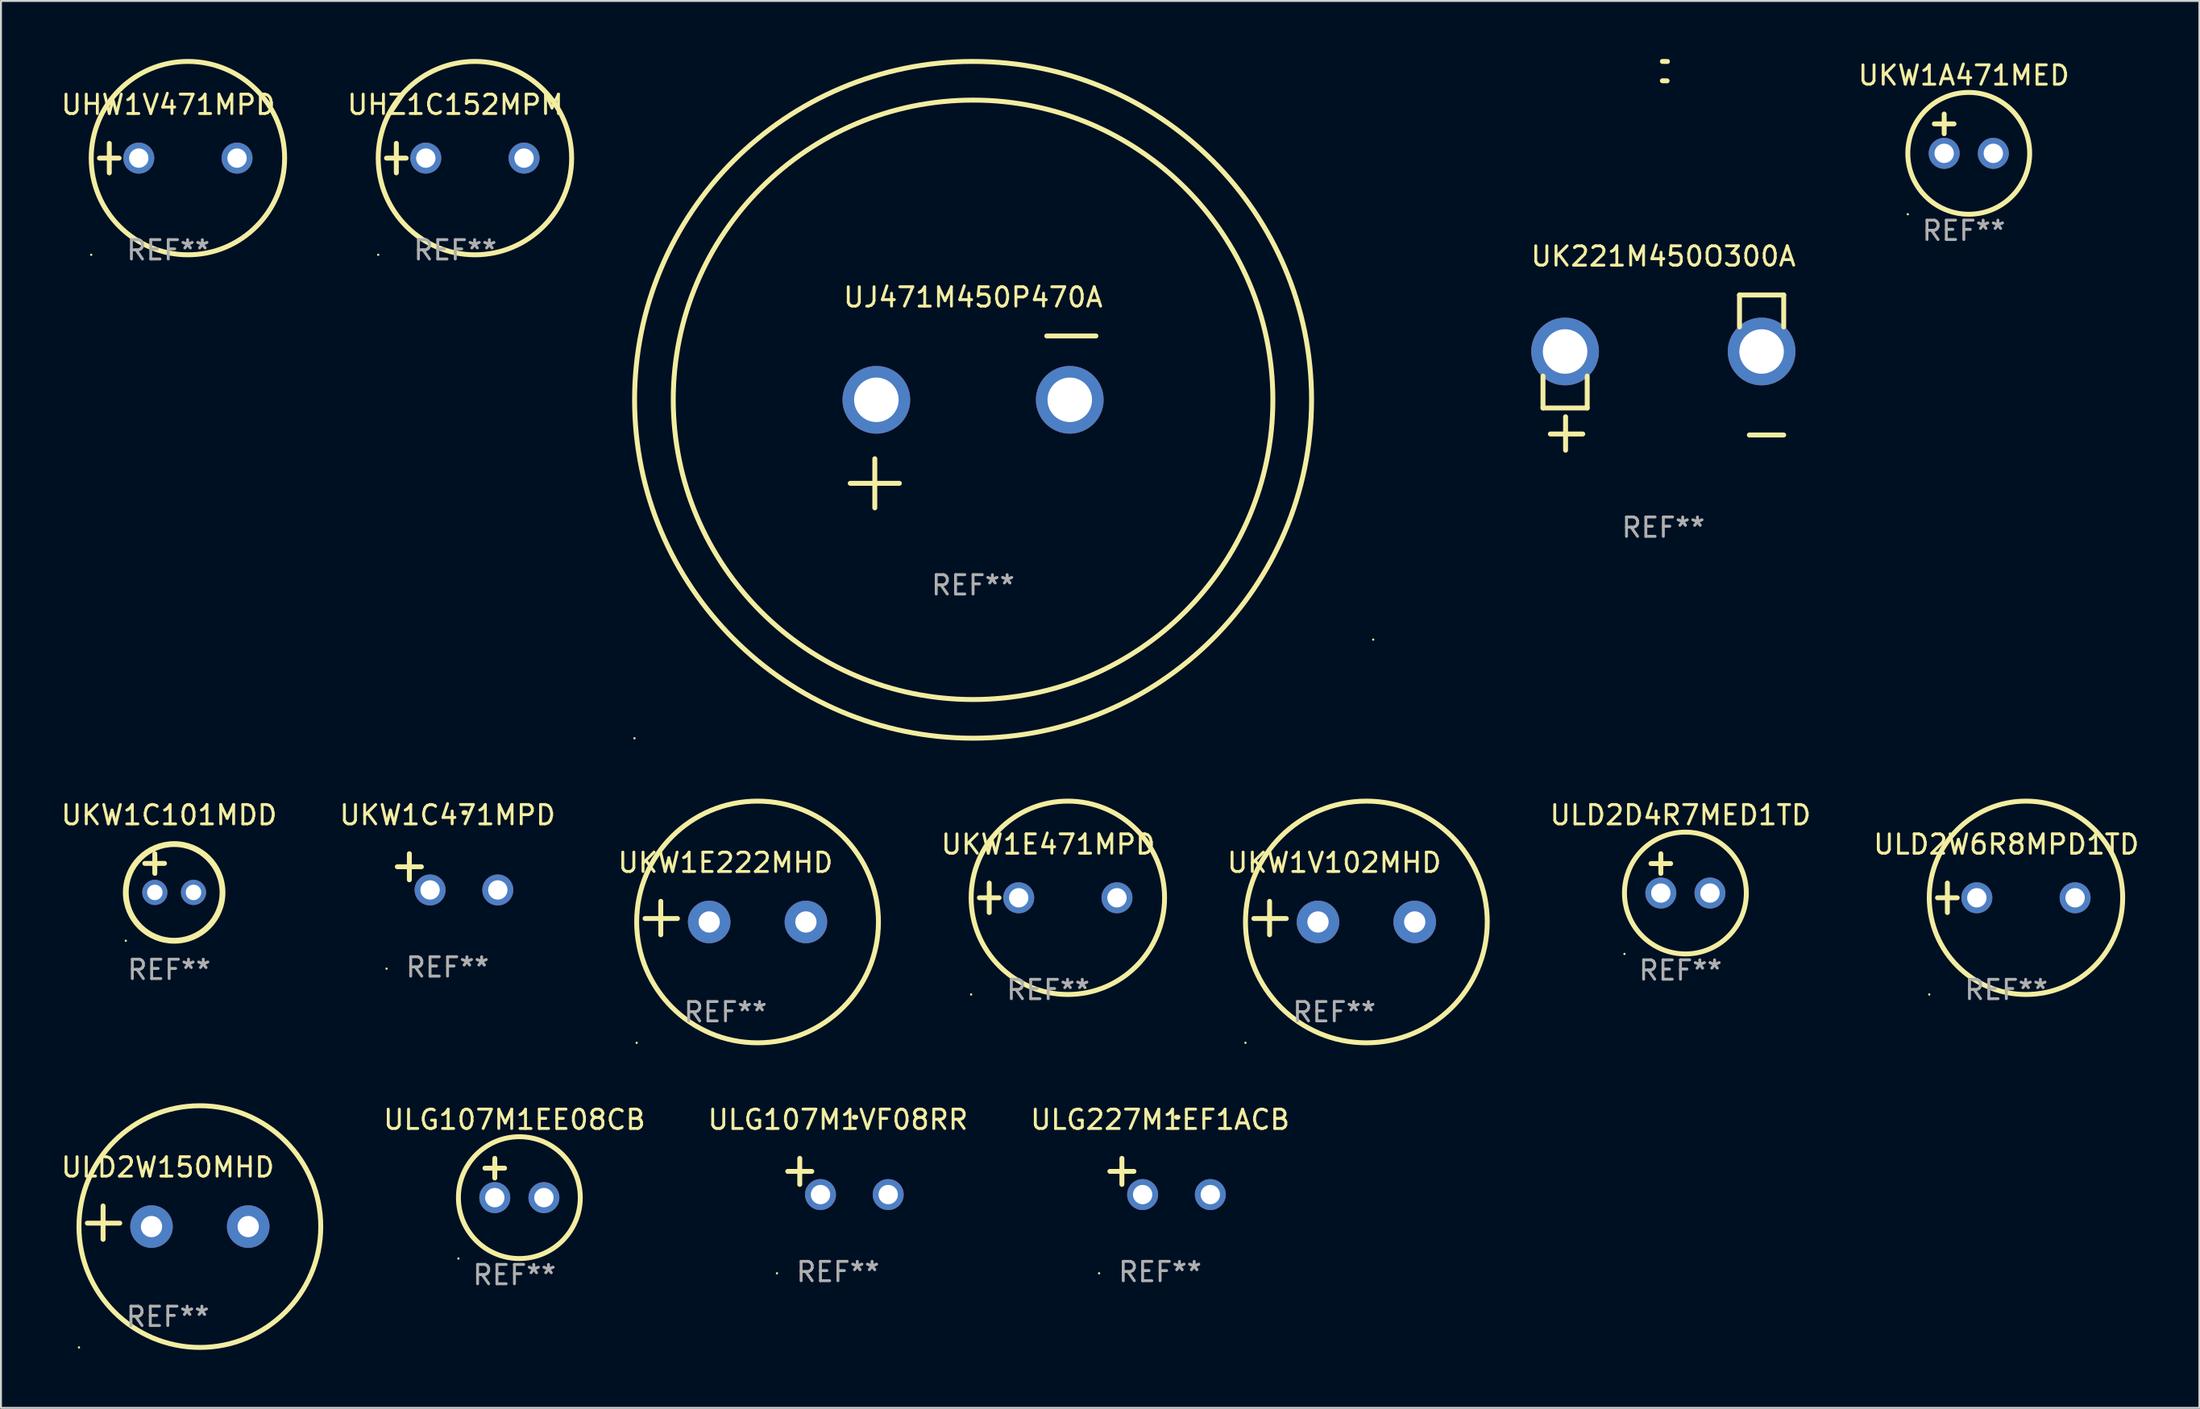
<source format=kicad_pcb>
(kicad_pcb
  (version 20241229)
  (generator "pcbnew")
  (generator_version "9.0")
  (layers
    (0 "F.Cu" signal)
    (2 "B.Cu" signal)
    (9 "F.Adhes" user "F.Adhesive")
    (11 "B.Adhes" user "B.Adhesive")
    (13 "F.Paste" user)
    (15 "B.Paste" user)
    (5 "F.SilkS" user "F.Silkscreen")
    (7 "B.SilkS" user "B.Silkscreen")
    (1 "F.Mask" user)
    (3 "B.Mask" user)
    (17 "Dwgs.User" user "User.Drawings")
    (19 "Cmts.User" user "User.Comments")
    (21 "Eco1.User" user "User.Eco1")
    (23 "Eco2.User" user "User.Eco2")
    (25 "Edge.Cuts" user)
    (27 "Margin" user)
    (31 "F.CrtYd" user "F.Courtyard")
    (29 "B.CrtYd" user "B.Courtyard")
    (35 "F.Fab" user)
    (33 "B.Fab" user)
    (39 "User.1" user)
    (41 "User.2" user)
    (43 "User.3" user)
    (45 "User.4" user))
  (footprint "UJ471M450P470A"
    (layer "F.Cu")
    (at 47.258 18.77)
    (property "Reference" "UJ471M450P470A" (at 0 -6.445 0) (layer "F.SilkS") (effects (font (size 1 1) (thickness 0.15))))
    (attr through_hole)
    (fp_line (start -6.35 3.175) (end -3.81 3.175) (stroke (width 0.254) (type solid)) (layer "F.SilkS"))
    (fp_line (start -5.08 1.905) (end -5.08 4.445) (stroke (width 0.254) (type solid)) (layer "F.SilkS"))
    (fp_line (start 3.81 -4.445) (end 6.35 -4.445) (stroke (width 0.254) (type solid)) (layer "F.SilkS"))
    (fp_circle (center -17.505 16.362) (end -17.475 16.362) (stroke (width 0.06) (type solid)) (fill no) (layer "F.SilkS"))
    (fp_circle (center 0 -1.143) (end 15.5 -1.143) (stroke (width 0.254) (type solid)) (fill no) (layer "F.SilkS"))
    (fp_circle (center 0 -1.143) (end 17.5 -1.143) (stroke (width 0.254) (type solid)) (fill no) (layer "F.SilkS"))
    (fp_text user "REF**" (at 0 8.445 0) (layer "F.Fab") (effects (font (size 1 1) (thickness 0.15))))
    (pad "1" thru_hole circle (at -5 -1.143) (size 3.5 3.5) (drill 2.3) (layers "*.Cu" "*.Mask"))
    (pad "2" thru_hole circle (at 5 -1.143) (size 3.5 3.5) (drill 2.3) (layers "*.Cu" "*.Mask")))
  (footprint "UKW1C471MPD"
    (layer "F.Cu")
    (at 20.089 42.039)
    (property "Reference" "UKW1C471MPD" (at 0 -2.937 0) (layer "F.SilkS") (effects (font (size 1 1) (thickness 0.15))))
    (attr through_hole)
    (fp_line (start -1.975 0.41) (end -1.975 -0.937) (stroke (width 0.254) (type solid)) (layer "F.SilkS"))
    (fp_line (start -1.353 -0.263) (end -2.597 -0.263) (stroke (width 0.254) (type solid)) (layer "F.SilkS"))
    (fp_arc (start 0.849809 -3.063957) (mid 0.885369 -3.064114) (end 0.920929 -3.063957) (stroke (width 0.254001) (type solid)) (layer "F.SilkS"))
    (fp_circle (center -3.154 5.008) (end -3.124 5.008) (stroke (width 0.06) (type solid)) (fill no) (layer "F.SilkS"))
    (fp_text user "REF**" (at 0 4.937 0) (layer "F.Fab") (effects (font (size 1 1) (thickness 0.15))))
    (pad "1" thru_hole circle (at -0.903 0.937) (size 1.6 1.6) (drill 1) (layers "*.Cu" "*.Mask"))
    (pad "2" thru_hole circle (at 2.597 0.937) (size 1.6 1.6) (drill 1) (layers "*.Cu" "*.Mask")))
  (footprint "UKW1A471MED"
    (layer "F.Cu")
    (at 98.481 3.864)
    (property "Reference" "UKW1A471MED" (at 0 -3.016 0) (layer "F.SilkS") (effects (font (size 1 1) (thickness 0.15))))
    (attr through_hole)
    (fp_line (start -1.524 -0.508) (end -0.508 -0.508) (stroke (width 0.254) (type solid)) (layer "F.SilkS"))
    (fp_line (start -1.016 -1.016) (end -1.016 0) (stroke (width 0.254) (type solid)) (layer "F.SilkS"))
    (fp_circle (center -2.896 4.166) (end -2.866 4.166) (stroke (width 0.06) (type solid)) (fill no) (layer "F.SilkS"))
    (fp_circle (center 0.254 1.016) (end 3.404 1.016) (stroke (width 0.254) (type solid)) (fill no) (layer "F.SilkS"))
    (fp_text user "REF**" (at 0 5.016 0) (layer "F.Fab") (effects (font (size 1 1) (thickness 0.15))))
    (pad "1" thru_hole circle (at -1.016 1.016) (size 1.6 1.6) (drill 1) (layers "*.Cu" "*.Mask"))
    (pad "2" thru_hole circle (at 1.524 1.016) (size 1.6 1.6) (drill 1) (layers "*.Cu" "*.Mask")))
  (footprint "ULG227M1EF1ACB"
    (layer "F.Cu")
    (at 56.928 57.793)
    (property "Reference" "ULG227M1EF1ACB" (at 0 -2.937 0) (layer "F.SilkS") (effects (font (size 1 1) (thickness 0.15))))
    (attr through_hole)
    (fp_line (start -1.975 0.41) (end -1.975 -0.937) (stroke (width 0.254) (type solid)) (layer "F.SilkS"))
    (fp_line (start -1.353 -0.263) (end -2.597 -0.263) (stroke (width 0.254) (type solid)) (layer "F.SilkS"))
    (fp_arc (start 0.849809 -3.063957) (mid 0.885369 -3.064114) (end 0.920929 -3.063957) (stroke (width 0.254001) (type solid)) (layer "F.SilkS"))
    (fp_circle (center -3.154 5.008) (end -3.124 5.008) (stroke (width 0.06) (type solid)) (fill no) (layer "F.SilkS"))
    (fp_text user "REF**" (at 0 4.937 0) (layer "F.Fab") (effects (font (size 1 1) (thickness 0.15))))
    (pad "1" thru_hole circle (at -0.903 0.937) (size 1.6 1.6) (drill 1) (layers "*.Cu" "*.Mask"))
    (pad "2" thru_hole circle (at 2.597 0.937) (size 1.6 1.6) (drill 1) (layers "*.Cu" "*.Mask")))
  (footprint "ULD2D4R7MED1TD"
    (layer "F.Cu")
    (at 83.832 42.119)
    (property "Reference" "ULD2D4R7MED1TD" (at 0 -3.016 0) (layer "F.SilkS") (effects (font (size 1 1) (thickness 0.15))))
    (attr through_hole)
    (fp_line (start -1.524 -0.508) (end -0.508 -0.508) (stroke (width 0.254) (type solid)) (layer "F.SilkS"))
    (fp_line (start -1.016 -1.016) (end -1.016 0) (stroke (width 0.254) (type solid)) (layer "F.SilkS"))
    (fp_circle (center -2.896 4.166) (end -2.866 4.166) (stroke (width 0.06) (type solid)) (fill no) (layer "F.SilkS"))
    (fp_circle (center 0.254 1.016) (end 3.404 1.016) (stroke (width 0.254) (type solid)) (fill no) (layer "F.SilkS"))
    (fp_text user "REF**" (at 0 5.016 0) (layer "F.Fab") (effects (font (size 1 1) (thickness 0.15))))
    (pad "1" thru_hole circle (at -1.016 1.016) (size 1.6 1.6) (drill 1) (layers "*.Cu" "*.Mask"))
    (pad "2" thru_hole circle (at 1.524 1.016) (size 1.6 1.6) (drill 1) (layers "*.Cu" "*.Mask")))
  (footprint "UHZ1C152MPM"
    (layer "F.Cu")
    (at 20.488 5.127)
    (property "Reference" "UHZ1C152MPM" (at 0 -2.762 0) (layer "F.SilkS") (effects (font (size 1 1) (thickness 0.15))))
    (attr through_hole)
    (fp_line (start -3.556 0) (end -2.54 0) (stroke (width 0.254) (type solid)) (layer "F.SilkS"))
    (fp_line (start -3.048 -0.762) (end -3.048 0.762) (stroke (width 0.254) (type solid)) (layer "F.SilkS"))
    (fp_circle (center -3.984 5) (end -3.954 5) (stroke (width 0.06) (type solid)) (fill no) (layer "F.SilkS"))
    (fp_circle (center 1.016 0) (end 6.016 0) (stroke (width 0.254) (type solid)) (fill no) (layer "F.SilkS"))
    (fp_text user "REF**" (at 0 4.762 0) (layer "F.Fab") (effects (font (size 1 1) (thickness 0.15))))
    (pad "1" thru_hole circle (at -1.524 0) (size 1.6 1.6) (drill 1) (layers "*.Cu" "*.Mask"))
    (pad "2" thru_hole circle (at 3.556 0) (size 1.6 1.6) (drill 1) (layers "*.Cu" "*.Mask")))
  (footprint "UK221M450O300A"
    (layer "F.Cu")
    (at 82.946 16.22)
    (property "Reference" "UK221M450O300A" (at 0 -6.013 0) (layer "F.SilkS") (effects (font (size 1 1) (thickness 0.15))))
    (attr through_hole)
    (fp_line (start -6.223 0.178) (end -6.223 1.829) (stroke (width 0.254) (type solid)) (layer "F.SilkS"))
    (fp_line (start -6.223 1.829) (end -3.937 1.829) (stroke (width 0.254) (type solid)) (layer "F.SilkS"))
    (fp_line (start -5.055 4.013) (end -5.055 2.286) (stroke (width 0.254) (type solid)) (layer "F.SilkS"))
    (fp_line (start -4.166 3.175) (end -5.842 3.175) (stroke (width 0.254) (type solid)) (layer "F.SilkS"))
    (fp_line (start -3.937 1.829) (end -3.937 0.178) (stroke (width 0.254) (type solid)) (layer "F.SilkS"))
    (fp_line (start 3.937 -4.013) (end 3.937 -2.362) (stroke (width 0.254) (type solid)) (layer "F.SilkS"))
    (fp_line (start 6.223 -4.013) (end 3.937 -4.013) (stroke (width 0.254) (type solid)) (layer "F.SilkS"))
    (fp_line (start 6.223 -2.362) (end 6.223 -4.013) (stroke (width 0.254) (type solid)) (layer "F.SilkS"))
    (fp_line (start 6.223 3.226) (end 4.445 3.226) (stroke (width 0.254) (type solid)) (layer "F.SilkS"))
    (fp_arc (start -0.0508 -16.093472) (mid 0.080016 -16.092762) (end 0.210821 -16.090932) (stroke (width 0.254001) (type solid)) (layer "F.SilkS"))
    (fp_arc (start -0.0508 -15.09271) (mid 0.071125 -15.091961) (end 0.19304 -15.09017) (stroke (width 0.254001) (type solid)) (layer "F.SilkS"))
    (fp_circle (center -15 13.808) (end -14.97 13.808) (stroke (width 0.06) (type solid)) (fill no) (layer "F.SilkS"))
    (fp_text user "REF**" (at 0 8.013 0) (layer "F.Fab") (effects (font (size 1 1) (thickness 0.15))))
    (pad "1" thru_hole circle (at -5.08 -1.092) (size 3.5 3.5) (drill 2.3) (layers "*.Cu" "*.Mask"))
    (pad "2" thru_hole circle (at 5.08 -1.092) (size 3.5 3.5) (drill 2.3) (layers "*.Cu" "*.Mask")))
  (footprint "ULD2W150MHD"
    (layer "F.Cu")
    (at 5.625 60.182)
    (property "Reference" "ULD2W150MHD" (at 0 -2.864 0) (layer "F.SilkS") (effects (font (size 1 1) (thickness 0.15))))
    (attr through_hole)
    (fp_line (start -3.346 0.864) (end -3.346 -0.864) (stroke (width 0.254) (type solid)) (layer "F.SilkS"))
    (fp_line (start -2.482 0.025) (end -4.158 0.025) (stroke (width 0.254) (type solid)) (layer "F.SilkS"))
    (fp_circle (center -4.592 6.453) (end -4.562 6.453) (stroke (width 0.06) (type solid)) (fill no) (layer "F.SilkS"))
    (fp_circle (center 1.658 0.203) (end 7.908 0.203) (stroke (width 0.254) (type solid)) (fill no) (layer "F.SilkS"))
    (fp_text user "REF**" (at 0 4.864 0) (layer "F.Fab") (effects (font (size 1 1) (thickness 0.15))))
    (pad "1" thru_hole circle (at -0.842 0.203) (size 2.2 2.2) (drill 1.1) (layers "*.Cu" "*.Mask"))
    (pad "2" thru_hole circle (at 4.158 0.203) (size 2.2 2.2) (drill 1.1) (layers "*.Cu" "*.Mask")))
  (footprint "ULD2W6R8MPD1TD"
    (layer "F.Cu")
    (at 100.678 43.381)
    (property "Reference" "ULD2W6R8MPD1TD" (at 0 -2.762 0) (layer "F.SilkS") (effects (font (size 1 1) (thickness 0.15))))
    (attr through_hole)
    (fp_line (start -3.556 0) (end -2.54 0) (stroke (width 0.254) (type solid)) (layer "F.SilkS"))
    (fp_line (start -3.048 -0.762) (end -3.048 0.762) (stroke (width 0.254) (type solid)) (layer "F.SilkS"))
    (fp_circle (center -3.984 5) (end -3.954 5) (stroke (width 0.06) (type solid)) (fill no) (layer "F.SilkS"))
    (fp_circle (center 1.016 0) (end 6.016 0) (stroke (width 0.254) (type solid)) (fill no) (layer "F.SilkS"))
    (fp_text user "REF**" (at 0 4.762 0) (layer "F.Fab") (effects (font (size 1 1) (thickness 0.15))))
    (pad "1" thru_hole circle (at -1.524 0) (size 1.6 1.6) (drill 1) (layers "*.Cu" "*.Mask"))
    (pad "2" thru_hole circle (at 3.556 0) (size 1.6 1.6) (drill 1) (layers "*.Cu" "*.Mask")))
  (footprint "ULG107M1VF08RR"
    (layer "F.Cu")
    (at 40.273 57.793)
    (property "Reference" "ULG107M1VF08RR" (at 0 -2.937 0) (layer "F.SilkS") (effects (font (size 1 1) (thickness 0.15))))
    (attr through_hole)
    (fp_line (start -1.975 0.41) (end -1.975 -0.937) (stroke (width 0.254) (type solid)) (layer "F.SilkS"))
    (fp_line (start -1.353 -0.263) (end -2.597 -0.263) (stroke (width 0.254) (type solid)) (layer "F.SilkS"))
    (fp_arc (start 0.849809 -3.063957) (mid 0.885369 -3.064114) (end 0.920929 -3.063957) (stroke (width 0.254001) (type solid)) (layer "F.SilkS"))
    (fp_circle (center -3.154 5.008) (end -3.124 5.008) (stroke (width 0.06) (type solid)) (fill no) (layer "F.SilkS"))
    (fp_text user "REF**" (at 0 4.937 0) (layer "F.Fab") (effects (font (size 1 1) (thickness 0.15))))
    (pad "1" thru_hole circle (at -0.903 0.937) (size 1.6 1.6) (drill 1) (layers "*.Cu" "*.Mask"))
    (pad "2" thru_hole circle (at 2.597 0.937) (size 1.6 1.6) (drill 1) (layers "*.Cu" "*.Mask")))
  (footprint "UKW1E222MHD"
    (layer "F.Cu")
    (at 34.458 44.428)
    (property "Reference" "UKW1E222MHD" (at 0 -2.864 0) (layer "F.SilkS") (effects (font (size 1 1) (thickness 0.15))))
    (attr through_hole)
    (fp_line (start -3.346 0.864) (end -3.346 -0.864) (stroke (width 0.254) (type solid)) (layer "F.SilkS"))
    (fp_line (start -2.482 0.025) (end -4.158 0.025) (stroke (width 0.254) (type solid)) (layer "F.SilkS"))
    (fp_circle (center -4.592 6.453) (end -4.562 6.453) (stroke (width 0.06) (type solid)) (fill no) (layer "F.SilkS"))
    (fp_circle (center 1.658 0.203) (end 7.908 0.203) (stroke (width 0.254) (type solid)) (fill no) (layer "F.SilkS"))
    (fp_text user "REF**" (at 0 4.864 0) (layer "F.Fab") (effects (font (size 1 1) (thickness 0.15))))
    (pad "1" thru_hole circle (at -0.842 0.203) (size 2.2 2.2) (drill 1.1) (layers "*.Cu" "*.Mask"))
    (pad "2" thru_hole circle (at 4.158 0.203) (size 2.2 2.2) (drill 1.1) (layers "*.Cu" "*.Mask")))
  (footprint "ULG107M1EE08CB"
    (layer "F.Cu")
    (at 23.547 57.872)
    (property "Reference" "ULG107M1EE08CB" (at 0 -3.016 0) (layer "F.SilkS") (effects (font (size 1 1) (thickness 0.15))))
    (attr through_hole)
    (fp_line (start -1.524 -0.508) (end -0.508 -0.508) (stroke (width 0.254) (type solid)) (layer "F.SilkS"))
    (fp_line (start -1.016 -1.016) (end -1.016 0) (stroke (width 0.254) (type solid)) (layer "F.SilkS"))
    (fp_circle (center -2.896 4.166) (end -2.866 4.166) (stroke (width 0.06) (type solid)) (fill no) (layer "F.SilkS"))
    (fp_circle (center 0.254 1.016) (end 3.404 1.016) (stroke (width 0.254) (type solid)) (fill no) (layer "F.SilkS"))
    (fp_text user "REF**" (at 0 5.016 0) (layer "F.Fab") (effects (font (size 1 1) (thickness 0.15))))
    (pad "1" thru_hole circle (at -1.016 1.016) (size 1.6 1.6) (drill 1) (layers "*.Cu" "*.Mask"))
    (pad "2" thru_hole circle (at 1.524 1.016) (size 1.6 1.6) (drill 1) (layers "*.Cu" "*.Mask")))
  (footprint "UKW1E471MPD"
    (layer "F.Cu")
    (at 51.142 43.381)
    (property "Reference" "UKW1E471MPD" (at 0 -2.762 0) (layer "F.SilkS") (effects (font (size 1 1) (thickness 0.15))))
    (attr through_hole)
    (fp_line (start -3.556 0) (end -2.54 0) (stroke (width 0.254) (type solid)) (layer "F.SilkS"))
    (fp_line (start -3.048 -0.762) (end -3.048 0.762) (stroke (width 0.254) (type solid)) (layer "F.SilkS"))
    (fp_circle (center -3.984 5) (end -3.954 5) (stroke (width 0.06) (type solid)) (fill no) (layer "F.SilkS"))
    (fp_circle (center 1.016 0) (end 6.016 0) (stroke (width 0.254) (type solid)) (fill no) (layer "F.SilkS"))
    (fp_text user "REF**" (at 0 4.762 0) (layer "F.Fab") (effects (font (size 1 1) (thickness 0.15))))
    (pad "1" thru_hole circle (at -1.524 0) (size 1.6 1.6) (drill 1) (layers "*.Cu" "*.Mask"))
    (pad "2" thru_hole circle (at 3.556 0) (size 1.6 1.6) (drill 1) (layers "*.Cu" "*.Mask")))
  (footprint "UKW1V102MHD"
    (layer "F.Cu")
    (at 65.934 44.428)
    (property "Reference" "UKW1V102MHD" (at 0 -2.864 0) (layer "F.SilkS") (effects (font (size 1 1) (thickness 0.15))))
    (attr through_hole)
    (fp_line (start -3.346 0.864) (end -3.346 -0.864) (stroke (width 0.254) (type solid)) (layer "F.SilkS"))
    (fp_line (start -2.482 0.025) (end -4.158 0.025) (stroke (width 0.254) (type solid)) (layer "F.SilkS"))
    (fp_circle (center -4.592 6.453) (end -4.562 6.453) (stroke (width 0.06) (type solid)) (fill no) (layer "F.SilkS"))
    (fp_circle (center 1.658 0.203) (end 7.908 0.203) (stroke (width 0.254) (type solid)) (fill no) (layer "F.SilkS"))
    (fp_text user "REF**" (at 0 4.864 0) (layer "F.Fab") (effects (font (size 1 1) (thickness 0.15))))
    (pad "1" thru_hole circle (at -0.842 0.203) (size 2.2 2.2) (drill 1.1) (layers "*.Cu" "*.Mask"))
    (pad "2" thru_hole circle (at 4.158 0.203) (size 2.2 2.2) (drill 1.1) (layers "*.Cu" "*.Mask")))
  (footprint "UHW1V471MPD"
    (layer "F.Cu")
    (at 5.649 5.127)
    (property "Reference" "UHW1V471MPD" (at 0 -2.762 0) (layer "F.SilkS") (effects (font (size 1 1) (thickness 0.15))))
    (attr through_hole)
    (fp_line (start -3.556 0) (end -2.54 0) (stroke (width 0.254) (type solid)) (layer "F.SilkS"))
    (fp_line (start -3.048 -0.762) (end -3.048 0.762) (stroke (width 0.254) (type solid)) (layer "F.SilkS"))
    (fp_circle (center -3.984 5) (end -3.954 5) (stroke (width 0.06) (type solid)) (fill no) (layer "F.SilkS"))
    (fp_circle (center 1.016 0) (end 6.016 0) (stroke (width 0.254) (type solid)) (fill no) (layer "F.SilkS"))
    (fp_text user "REF**" (at 0 4.762 0) (layer "F.Fab") (effects (font (size 1 1) (thickness 0.15))))
    (pad "1" thru_hole circle (at -1.524 0) (size 1.6 1.6) (drill 1) (layers "*.Cu" "*.Mask"))
    (pad "2" thru_hole circle (at 3.556 0) (size 1.6 1.6) (drill 1) (layers "*.Cu" "*.Mask")))
  (footprint "UKW1C101MDD"
    (layer "F.Cu")
    (at 5.696 42.103)
    (property "Reference" "UKW1C101MDD" (at 0 -3 0) (layer "F.SilkS") (effects (font (size 1 1) (thickness 0.15))))
    (attr through_hole)
    (fp_line (start -1.258 -0.5) (end -0.242 -0.5) (stroke (width 0.254) (type solid)) (layer "F.SilkS"))
    (fp_line (start -0.742 -1) (end -0.742 0.016) (stroke (width 0.254) (type solid)) (layer "F.SilkS"))
    (fp_circle (center -2.242 3.5) (end -2.212 3.5) (stroke (width 0.06) (type solid)) (fill no) (layer "F.SilkS"))
    (fp_circle (center 0.258 1) (end 2.758 1) (stroke (width 0.3) (type solid)) (fill no) (layer "F.SilkS"))
    (fp_text user "REF**" (at 0 5 0) (layer "F.Fab") (effects (font (size 1 1) (thickness 0.15))))
    (pad "1" thru_hole circle (at -0.742 1) (size 1.3 1.3) (drill 0.8) (layers "*.Cu" "*.Mask"))
    (pad "2" thru_hole circle (at 1.258 1) (size 1.3 1.3) (drill 0.8) (layers "*.Cu" "*.Mask")))
  (gr_rect
    (start -3 -3)
    (end 110.66 69.762)
    (stroke (width 0.1) (type default))
    (fill no)
    (layer "Edge.Cuts")))
</source>
